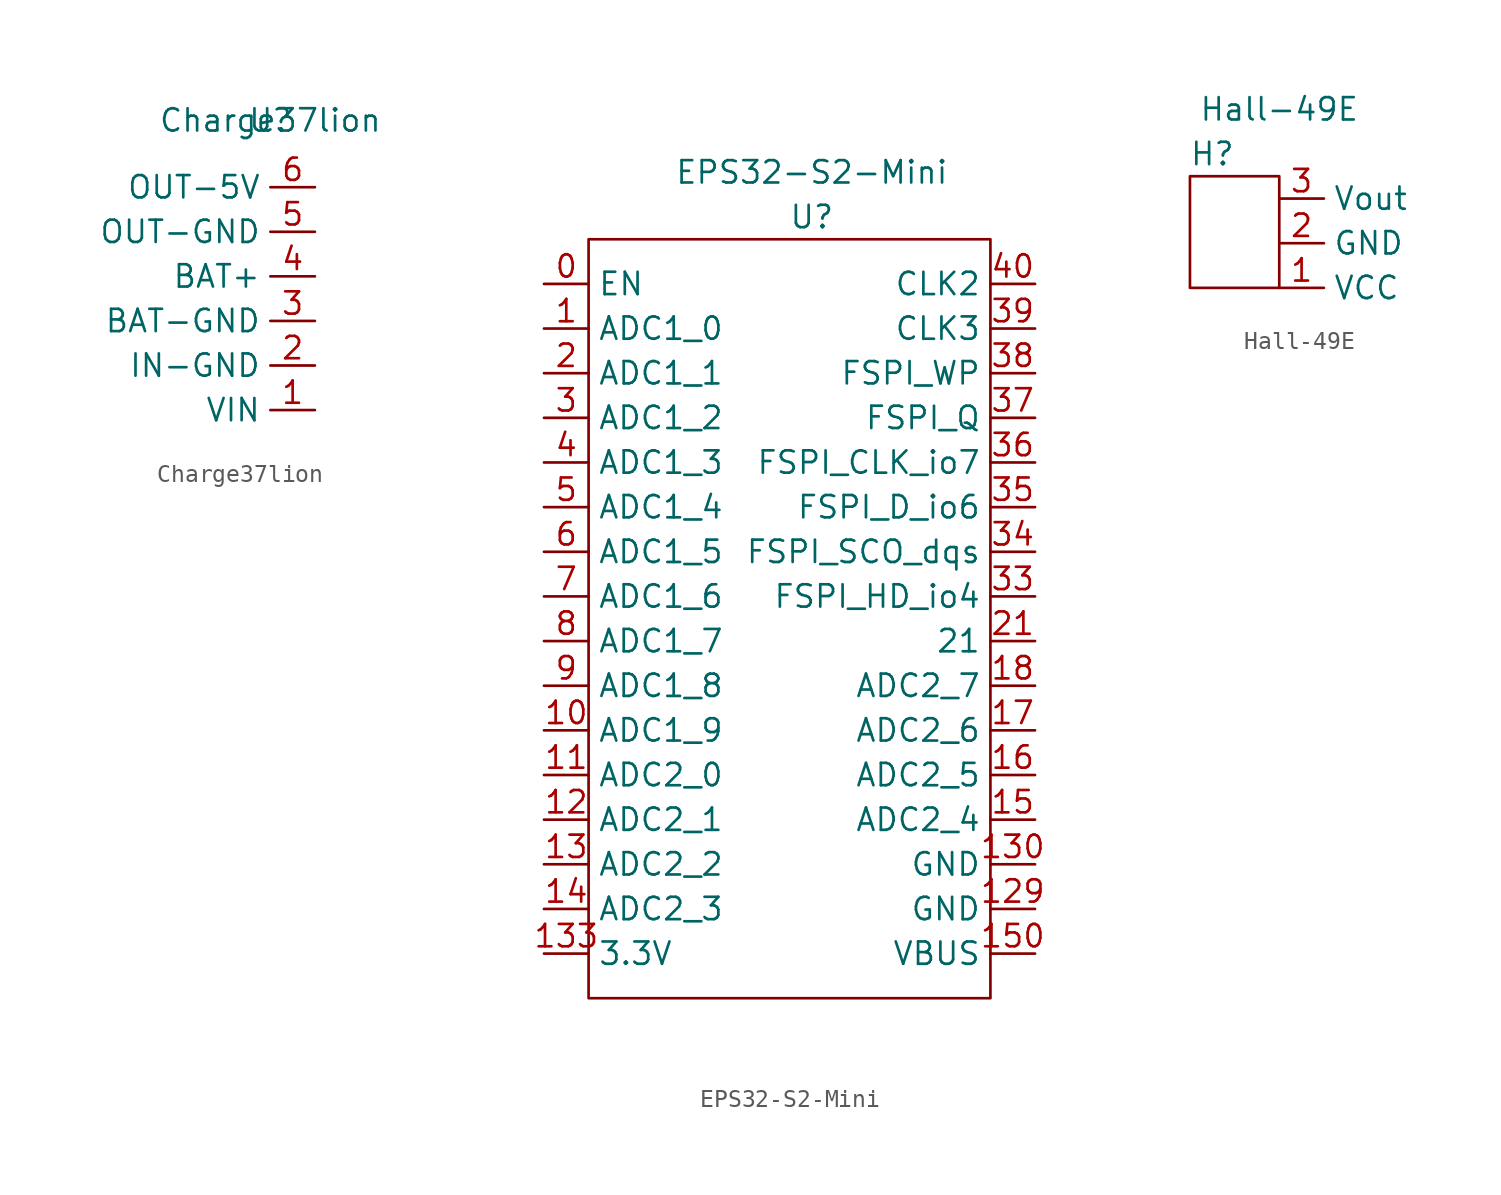
<source format=kicad_sym>
(kicad_symbol_lib
  (version 20211014)
  (generator kicad_symbol_editor)
  (symbol "Charge37lion"
    (property "Reference" "U"
      (at 0 0 0)
      (effects (font (size 1.27 1.27))))
    (property "Value" "Charge37lion"
      (at 0 0 0)
      (effects (font (size 1.27 1.27))))
    (symbol "Charge37lion_1_1"
      (pin input line (at 2.54 -16.51 180) (length 2.54) (name "VIN" (effects (font (size 1.27 1.27)))) (number "1" (effects (font (size 1.27 1.27)))))
      (pin input line (at 2.54 -13.97 180) (length 2.54) (name "IN-GND" (effects (font (size 1.27 1.27)))) (number "2" (effects (font (size 1.27 1.27)))))
      (pin input line (at 2.54 -11.43 180) (length 2.54) (name "BAT-GND" (effects (font (size 1.27 1.27)))) (number "3" (effects (font (size 1.27 1.27)))))
      (pin input line (at 2.54 -8.89 180) (length 2.54) (name "BAT+" (effects (font (size 1.27 1.27)))) (number "4" (effects (font (size 1.27 1.27)))))
      (pin input line (at 2.54 -6.35 180) (length 2.54) (name "OUT-GND" (effects (font (size 1.27 1.27)))) (number "5" (effects (font (size 1.27 1.27)))))
      (pin input line (at 2.54 -3.81 180) (length 2.54) (name "OUT-5V" (effects (font (size 1.27 1.27)))) (number "6" (effects (font (size 1.27 1.27)))))))
  (symbol "EPS32-S2-Mini"
    (property "Reference" "U"
      (at 0 17.78 0)
      (effects (font (size 1.27 1.27))))
    (property "Value" "EPS32-S2-Mini"
      (at 0 20.32 0)
      (effects (font (size 1.27 1.27))))
    (symbol "EPS32-S2-Mini_0_1"
      (rectangle (start -12.7 16.51) (end 10.16 -26.67) (stroke (width 0) (type default) (color 0 0 0 0)) (fill (type none))))
    (symbol "EPS32-S2-Mini_1_1"
      (pin input line (at -15.24 13.97 0) (length 2.54) (name "EN" (effects (font (size 1.27 1.27)))) (number "0" (effects (font (size 1.27 1.27)))))
      (pin input line (at -15.24 11.43 0) (length 2.54) (name "ADC1_0" (effects (font (size 1.27 1.27)))) (number "1" (effects (font (size 1.27 1.27)))))
      (pin input line (at -15.24 -11.43 0) (length 2.54) (name "ADC1_9" (effects (font (size 1.27 1.27)))) (number "10" (effects (font (size 1.27 1.27)))))
      (pin input line (at -15.24 -13.97 0) (length 2.54) (name "ADC2_0" (effects (font (size 1.27 1.27)))) (number "11" (effects (font (size 1.27 1.27)))))
      (pin input line (at -15.24 -16.51 0) (length 2.54) (name "ADC2_1" (effects (font (size 1.27 1.27)))) (number "12" (effects (font (size 1.27 1.27)))))
      (pin input line (at 12.7 -21.59 180) (length 2.54) (name "GND" (effects (font (size 1.27 1.27)))) (number "129" (effects (font (size 1.27 1.27)))))
      (pin input line (at -15.24 -19.05 0) (length 2.54) (name "ADC2_2" (effects (font (size 1.27 1.27)))) (number "13" (effects (font (size 1.27 1.27)))))
      (pin input line (at 12.7 -19.05 180) (length 2.54) (name "GND" (effects (font (size 1.27 1.27)))) (number "130" (effects (font (size 1.27 1.27)))))
      (pin input line (at -15.24 -24.13 0) (length 2.54) (name "3.3V" (effects (font (size 1.27 1.27)))) (number "133" (effects (font (size 1.27 1.27)))))
      (pin input line (at -15.24 -21.59 0) (length 2.54) (name "ADC2_3" (effects (font (size 1.27 1.27)))) (number "14" (effects (font (size 1.27 1.27)))))
      (pin input line (at 12.7 -16.51 180) (length 2.54) (name "ADC2_4" (effects (font (size 1.27 1.27)))) (number "15" (effects (font (size 1.27 1.27)))))
      (pin input line (at 12.7 -24.13 180) (length 2.54) (name "VBUS" (effects (font (size 1.27 1.27)))) (number "150" (effects (font (size 1.27 1.27)))))
      (pin input line (at 12.7 -13.97 180) (length 2.54) (name "ADC2_5" (effects (font (size 1.27 1.27)))) (number "16" (effects (font (size 1.27 1.27)))))
      (pin input line (at 12.7 -11.43 180) (length 2.54) (name "ADC2_6" (effects (font (size 1.27 1.27)))) (number "17" (effects (font (size 1.27 1.27)))))
      (pin input line (at 12.7 -8.89 180) (length 2.54) (name "ADC2_7" (effects (font (size 1.27 1.27)))) (number "18" (effects (font (size 1.27 1.27)))))
      (pin input line (at -15.24 8.89 0) (length 2.54) (name "ADC1_1" (effects (font (size 1.27 1.27)))) (number "2" (effects (font (size 1.27 1.27)))))
      (pin input line (at 12.7 -6.35 180) (length 2.54) (name "21" (effects (font (size 1.27 1.27)))) (number "21" (effects (font (size 1.27 1.27)))))
      (pin input line (at -15.24 6.35 0) (length 2.54) (name "ADC1_2" (effects (font (size 1.27 1.27)))) (number "3" (effects (font (size 1.27 1.27)))))
      (pin input line (at 12.7 -3.81 180) (length 2.54) (name "FSPI_HD_io4" (effects (font (size 1.27 1.27)))) (number "33" (effects (font (size 1.27 1.27)))))
      (pin input line (at 12.7 -1.27 180) (length 2.54) (name "FSPI_SCO_dqs" (effects (font (size 1.27 1.27)))) (number "34" (effects (font (size 1.27 1.27)))))
      (pin input line (at 12.7 1.27 180) (length 2.54) (name "FSPI_D_io6" (effects (font (size 1.27 1.27)))) (number "35" (effects (font (size 1.27 1.27)))))
      (pin input line (at 12.7 3.81 180) (length 2.54) (name "FSPI_CLK_io7" (effects (font (size 1.27 1.27)))) (number "36" (effects (font (size 1.27 1.27)))))
      (pin input line (at 12.7 6.35 180) (length 2.54) (name "FSPI_Q" (effects (font (size 1.27 1.27)))) (number "37" (effects (font (size 1.27 1.27)))))
      (pin input line (at 12.7 8.89 180) (length 2.54) (name "FSPI_WP" (effects (font (size 1.27 1.27)))) (number "38" (effects (font (size 1.27 1.27)))))
      (pin input line (at 12.7 11.43 180) (length 2.54) (name "CLK3" (effects (font (size 1.27 1.27)))) (number "39" (effects (font (size 1.27 1.27)))))
      (pin input line (at -15.24 3.81 0) (length 2.54) (name "ADC1_3" (effects (font (size 1.27 1.27)))) (number "4" (effects (font (size 1.27 1.27)))))
      (pin input line (at 12.7 13.97 180) (length 2.54) (name "CLK2" (effects (font (size 1.27 1.27)))) (number "40" (effects (font (size 1.27 1.27)))))
      (pin input line (at -15.24 1.27 0) (length 2.54) (name "ADC1_4" (effects (font (size 1.27 1.27)))) (number "5" (effects (font (size 1.27 1.27)))))
      (pin input line (at -15.24 -1.27 0) (length 2.54) (name "ADC1_5" (effects (font (size 1.27 1.27)))) (number "6" (effects (font (size 1.27 1.27)))))
      (pin input line (at -15.24 -3.81 0) (length 2.54) (name "ADC1_6" (effects (font (size 1.27 1.27)))) (number "7" (effects (font (size 1.27 1.27)))))
      (pin input line (at -15.24 -6.35 0) (length 2.54) (name "ADC1_7" (effects (font (size 1.27 1.27)))) (number "8" (effects (font (size 1.27 1.27)))))
      (pin input line (at -15.24 -8.89 0) (length 2.54) (name "ADC1_8" (effects (font (size 1.27 1.27)))) (number "9" (effects (font (size 1.27 1.27)))))))
  (symbol "Hall-49E"
    (property "Reference" "H"
      (at -1.27 5.08 0)
      (effects (font (size 1.27 1.27))))
    (property "Value" "Hall-49E"
      (at 2.54 7.62 0)
      (effects (font (size 1.27 1.27))))
    (symbol "Hall-49E_0_1"
      (rectangle (start -2.54 3.81) (end 2.54 -2.54) (stroke (width 0) (type default) (color 0 0 0 0)) (fill (type none))))
    (symbol "Hall-49E_1_1"
      (pin input line (at 2.54 -2.54 0) (length 2.54) (name "VCC" (effects (font (size 1.27 1.27)))) (number "1" (effects (font (size 1.27 1.27)))))
      (pin input line (at 2.54 0 0) (length 2.54) (name "GND" (effects (font (size 1.27 1.27)))) (number "2" (effects (font (size 1.27 1.27)))))
      (pin output line (at 2.54 2.54 0) (length 2.54) (name "Vout" (effects (font (size 1.27 1.27)))) (number "3" (effects (font (size 1.27 1.27))))))))
</source>
